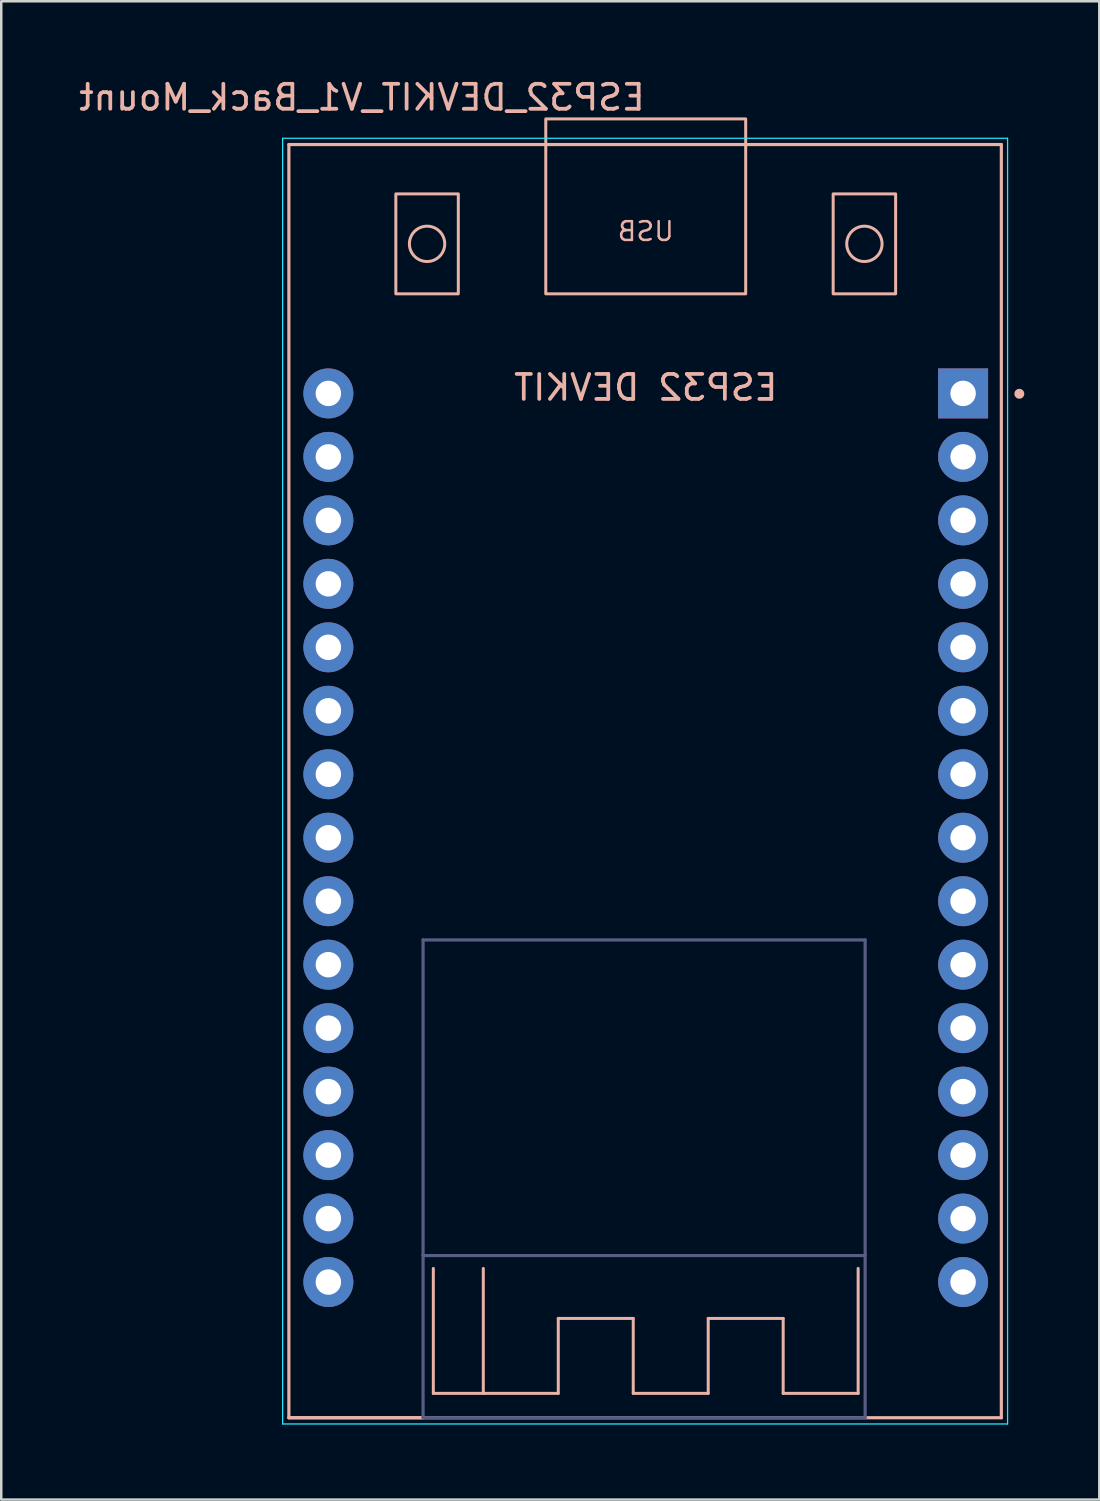
<source format=kicad_pcb>
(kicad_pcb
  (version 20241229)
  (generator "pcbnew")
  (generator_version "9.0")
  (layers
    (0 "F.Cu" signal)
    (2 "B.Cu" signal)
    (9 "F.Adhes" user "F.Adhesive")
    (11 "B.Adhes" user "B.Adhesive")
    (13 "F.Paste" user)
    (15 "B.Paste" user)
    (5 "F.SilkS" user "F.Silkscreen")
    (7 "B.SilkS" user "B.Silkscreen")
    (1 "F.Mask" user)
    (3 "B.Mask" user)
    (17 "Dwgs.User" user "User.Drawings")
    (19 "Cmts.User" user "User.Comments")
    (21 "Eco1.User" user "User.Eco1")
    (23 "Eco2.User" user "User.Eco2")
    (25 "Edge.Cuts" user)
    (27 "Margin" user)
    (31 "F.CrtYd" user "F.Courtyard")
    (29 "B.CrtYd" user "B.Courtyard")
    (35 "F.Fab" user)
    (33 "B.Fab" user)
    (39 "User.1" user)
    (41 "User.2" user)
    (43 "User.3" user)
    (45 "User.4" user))
  (footprint "ESP32_DEVKIT_V1_Back_Mount"
    (layer "F.Cu")
    (at 22.79 28.208)
    (property "Reference" "ESP32_DEVKIT_V1_Back_Mount" (at -11.355 -27.36 0) (layer "B.SilkS") (effects (font (size 1 1) (thickness 0.15)) (justify mirror)))
    (attr through_hole)
    (fp_line (start -14.28 -25.475) (end 14.23 -25.475) (stroke (width 0.127) (type solid)) (layer "B.SilkS"))
    (fp_line (start -14.28 25.475) (end -14.28 -25.475) (stroke (width 0.127) (type solid)) (layer "B.SilkS"))
    (fp_line (start -14.28 25.475) (end -8.91 25.475) (stroke (width 0.127) (type solid)) (layer "B.SilkS"))
    (fp_line (start -8.5 24.5) (end -8.5 19.5) (stroke (width 0.12) (type solid)) (layer "B.SilkS"))
    (fp_line (start -6.5 24.5) (end -6.5 19.5) (stroke (width 0.12) (type solid)) (layer "B.SilkS"))
    (fp_line (start -3.5 21.5) (end -3.5 24.5) (stroke (width 0.12) (type solid)) (layer "B.SilkS"))
    (fp_line (start -3.5 24.5) (end -8.5 24.5) (stroke (width 0.12) (type solid)) (layer "B.SilkS"))
    (fp_line (start -0.5 21.5) (end -3.5 21.5) (stroke (width 0.12) (type solid)) (layer "B.SilkS"))
    (fp_line (start -0.5 24.5) (end -0.5 21.5) (stroke (width 0.12) (type solid)) (layer "B.SilkS"))
    (fp_line (start 2.5 21.5) (end 2.5 24.5) (stroke (width 0.12) (type solid)) (layer "B.SilkS"))
    (fp_line (start 2.5 24.5) (end -0.5 24.5) (stroke (width 0.12) (type solid)) (layer "B.SilkS"))
    (fp_line (start 5.5 21.5) (end 2.5 21.5) (stroke (width 0.12) (type solid)) (layer "B.SilkS"))
    (fp_line (start 5.5 24.5) (end 5.5 21.5) (stroke (width 0.12) (type solid)) (layer "B.SilkS"))
    (fp_line (start 8.5 19.5) (end 8.5 24.5) (stroke (width 0.12) (type solid)) (layer "B.SilkS"))
    (fp_line (start 8.5 24.5) (end 5.5 24.5) (stroke (width 0.12) (type solid)) (layer "B.SilkS"))
    (fp_line (start 14.23 -25.475) (end 14.23 25.475) (stroke (width 0.127) (type solid)) (layer "B.SilkS"))
    (fp_line (start 14.23 25.475) (end -14.28 25.475) (stroke (width 0.127) (type solid)) (layer "B.SilkS"))
    (fp_rect (start -10 -23.5) (end -7.5 -19.5) (stroke (width 0.12) (type solid)) (fill no) (layer "B.SilkS"))
    (fp_rect (start -4 -26.5) (end 4 -19.5) (stroke (width 0.12) (type solid)) (fill no) (layer "B.SilkS"))
    (fp_rect (start 7.5 -23.5) (end 10 -19.5) (stroke (width 0.12) (type solid)) (fill no) (layer "B.SilkS"))
    (fp_circle (center -8.75 -21.5) (end -8.043 -21.5) (stroke (width 0.12) (type solid)) (fill no) (layer "B.SilkS"))
    (fp_circle (center 8.75 -21.5) (end 9.457 -21.5) (stroke (width 0.12) (type solid)) (fill no) (layer "B.SilkS"))
    (fp_circle (center 14.95 -15.5) (end 15.05 -15.5) (stroke (width 0.2) (type solid)) (fill no) (layer "B.SilkS"))
    (fp_line (start -14.53 -25.725) (end -14.53 25.725) (stroke (width 0.05) (type solid)) (layer "B.CrtYd"))
    (fp_line (start -14.53 25.725) (end 14.48 25.725) (stroke (width 0.05) (type solid)) (layer "B.CrtYd"))
    (fp_line (start 14.48 -25.725) (end -14.53 -25.725) (stroke (width 0.05) (type solid)) (layer "B.CrtYd"))
    (fp_line (start 14.48 25.725) (end 14.48 -25.725) (stroke (width 0.05) (type solid)) (layer "B.CrtYd"))
    (fp_line (start -8.91 6.355) (end 8.78 6.355) (stroke (width 0.127) (type solid)) (layer "B.Fab"))
    (fp_line (start -8.91 18.985) (end -8.91 6.355) (stroke (width 0.127) (type solid)) (layer "B.Fab"))
    (fp_line (start -8.91 18.985) (end 8.78 18.985) (stroke (width 0.127) (type solid)) (layer "B.Fab"))
    (fp_line (start -8.91 25.475) (end -8.91 18.985) (stroke (width 0.127) (type solid)) (layer "B.Fab"))
    (fp_line (start -8.91 25.475) (end 8.78 25.475) (stroke (width 0.127) (type solid)) (layer "B.Fab"))
    (fp_line (start 8.78 6.355) (end 8.78 18.985) (stroke (width 0.127) (type solid)) (layer "B.Fab"))
    (fp_line (start 8.78 18.985) (end 8.78 25.475) (stroke (width 0.127) (type solid)) (layer "B.Fab"))
    (fp_text user "ESP32 DEVKIT" (at 0 -15.75 0) (unlocked yes) (layer "B.SilkS") (effects (font (size 1 1) (thickness 0.15)) (justify mirror)))
    (fp_text user "USB" (at 0 -22 0) (unlocked yes) (layer "B.SilkS") (effects (font (size 0.75 0.75) (thickness 0.1)) (justify mirror)))
    (pad "1" thru_hole rect (at 12.7 -15.515) (size 2 2) (drill 1.02) (layers "*.Cu" "*.Mask"))
    (pad "2" thru_hole circle (at 12.7 -12.975) (size 2 2) (drill 1.02) (layers "*.Cu" "*.Mask"))
    (pad "3" thru_hole circle (at 12.7 -10.435) (size 2 2) (drill 1.02) (layers "*.Cu" "*.Mask"))
    (pad "4" thru_hole circle (at 12.7 -7.895) (size 2 2) (drill 1.02) (layers "*.Cu" "*.Mask"))
    (pad "5" thru_hole circle (at 12.7 -5.355) (size 2 2) (drill 1.02) (layers "*.Cu" "*.Mask"))
    (pad "6" thru_hole circle (at 12.7 -2.815) (size 2 2) (drill 1.02) (layers "*.Cu" "*.Mask"))
    (pad "7" thru_hole circle (at 12.7 -0.275) (size 2 2) (drill 1.02) (layers "*.Cu" "*.Mask"))
    (pad "8" thru_hole circle (at 12.7 2.265) (size 2 2) (drill 1.02) (layers "*.Cu" "*.Mask"))
    (pad "9" thru_hole circle (at 12.7 4.805) (size 2 2) (drill 1.02) (layers "*.Cu" "*.Mask"))
    (pad "10" thru_hole circle (at 12.7 7.345) (size 2 2) (drill 1.02) (layers "*.Cu" "*.Mask"))
    (pad "11" thru_hole circle (at 12.7 9.885) (size 2 2) (drill 1.02) (layers "*.Cu" "*.Mask"))
    (pad "12" thru_hole circle (at 12.7 12.425) (size 2 2) (drill 1.02) (layers "*.Cu" "*.Mask"))
    (pad "13" thru_hole circle (at 12.7 14.965) (size 2 2) (drill 1.02) (layers "*.Cu" "*.Mask"))
    (pad "14" thru_hole circle (at 12.7 17.505) (size 2 2) (drill 1.02) (layers "*.Cu" "*.Mask"))
    (pad "15" thru_hole circle (at 12.7 20.045) (size 2 2) (drill 1.02) (layers "*.Cu" "*.Mask"))
    (pad "16" thru_hole circle (at -12.7 20.045) (size 2 2) (drill 1.02) (layers "*.Cu" "*.Mask"))
    (pad "17" thru_hole circle (at -12.7 17.505) (size 2 2) (drill 1.02) (layers "*.Cu" "*.Mask"))
    (pad "18" thru_hole circle (at -12.7 14.965) (size 2 2) (drill 1.02) (layers "*.Cu" "*.Mask"))
    (pad "19" thru_hole circle (at -12.7 12.425) (size 2 2) (drill 1.02) (layers "*.Cu" "*.Mask"))
    (pad "20" thru_hole circle (at -12.7 9.885) (size 2 2) (drill 1.02) (layers "*.Cu" "*.Mask"))
    (pad "21" thru_hole circle (at -12.7 7.345) (size 2 2) (drill 1.02) (layers "*.Cu" "*.Mask"))
    (pad "22" thru_hole circle (at -12.7 4.805) (size 2 2) (drill 1.02) (layers "*.Cu" "*.Mask"))
    (pad "23" thru_hole circle (at -12.7 2.265) (size 2 2) (drill 1.02) (layers "*.Cu" "*.Mask"))
    (pad "24" thru_hole circle (at -12.7 -0.275) (size 2 2) (drill 1.02) (layers "*.Cu" "*.Mask"))
    (pad "25" thru_hole circle (at -12.7 -2.815) (size 2 2) (drill 1.02) (layers "*.Cu" "*.Mask"))
    (pad "26" thru_hole circle (at -12.7 -5.355) (size 2 2) (drill 1.02) (layers "*.Cu" "*.Mask"))
    (pad "27" thru_hole circle (at -12.7 -7.895) (size 2 2) (drill 1.02) (layers "*.Cu" "*.Mask"))
    (pad "28" thru_hole circle (at -12.7 -10.435) (size 2 2) (drill 1.02) (layers "*.Cu" "*.Mask"))
    (pad "29" thru_hole circle (at -12.7 -12.975) (size 2 2) (drill 1.02) (layers "*.Cu" "*.Mask"))
    (pad "30" thru_hole circle (at -12.7 -15.515) (size 2 2) (drill 1.02) (layers "*.Cu" "*.Mask")))
  (gr_rect
    (start -3 -3)
    (end 40.94 56.958)
    (stroke (width 0.1) (type default))
    (fill no)
    (layer "Edge.Cuts")))
</source>
